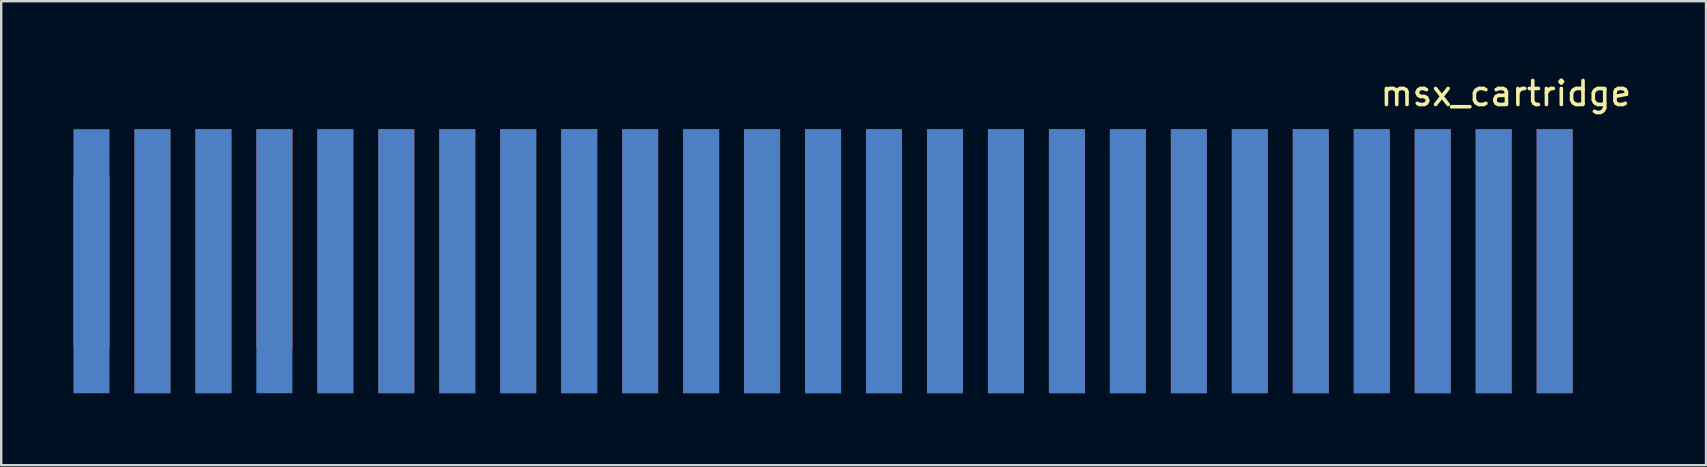
<source format=kicad_pcb>
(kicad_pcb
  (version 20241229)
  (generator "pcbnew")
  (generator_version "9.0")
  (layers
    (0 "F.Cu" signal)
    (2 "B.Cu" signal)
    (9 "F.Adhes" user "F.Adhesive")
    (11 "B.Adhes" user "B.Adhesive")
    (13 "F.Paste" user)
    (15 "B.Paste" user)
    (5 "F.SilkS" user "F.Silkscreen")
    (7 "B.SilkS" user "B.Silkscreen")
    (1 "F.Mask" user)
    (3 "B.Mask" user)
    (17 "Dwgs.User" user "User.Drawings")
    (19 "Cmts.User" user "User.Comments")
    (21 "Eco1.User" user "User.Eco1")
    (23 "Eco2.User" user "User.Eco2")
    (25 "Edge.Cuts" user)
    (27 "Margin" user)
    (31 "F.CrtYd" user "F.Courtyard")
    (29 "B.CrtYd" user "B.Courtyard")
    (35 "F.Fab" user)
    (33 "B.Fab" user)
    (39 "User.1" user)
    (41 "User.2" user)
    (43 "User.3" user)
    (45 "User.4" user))
  (footprint "msx_cartridge"
    (layer "F.Cu")
    (at 31.242 7.96)
    (property "Reference" "msx_cartridge" (at 28.448 -7.112 0) (layer "F.SilkS") (effects (font (size 1 1) (thickness 0.15))))
    (attr through_hole)
    (pad "1" connect rect (at 30.48 -0.127) (size 1.5 11) (layers "B.Cu" "B.Mask"))
    (pad "2" connect rect (at 30.48 -0.127) (size 1.5 11) (layers "F.Cu" "F.Mask"))
    (pad "3" connect rect (at 27.94 -0.127) (size 1.5 11) (layers "B.Cu" "B.Mask"))
    (pad "4" connect rect (at 27.94 -0.127) (size 1.5 11) (layers "F.Cu" "F.Mask"))
    (pad "5" connect rect (at 25.4 -0.127) (size 1.5 11) (layers "B.Cu" "B.Mask"))
    (pad "6" connect rect (at 25.4 -0.127) (size 1.5 11) (layers "F.Cu" "F.Mask"))
    (pad "7" connect rect (at 22.86 -0.127) (size 1.5 11) (layers "B.Cu" "B.Mask"))
    (pad "8" connect rect (at 22.86 -0.127) (size 1.5 11) (layers "F.Cu" "F.Mask"))
    (pad "9" connect rect (at 20.32 -0.127) (size 1.5 11) (layers "B.Cu" "B.Mask"))
    (pad "10" connect rect (at 20.32 -0.127) (size 1.5 11) (layers "F.Cu" "F.Mask"))
    (pad "11" connect rect (at 17.78 -0.127) (size 1.5 11) (layers "B.Cu" "B.Mask"))
    (pad "12" connect rect (at 17.78 -0.127) (size 1.5 11) (layers "F.Cu" "F.Mask"))
    (pad "13" connect rect (at 15.24 -0.127) (size 1.5 11) (layers "B.Cu" "B.Mask"))
    (pad "14" connect rect (at 15.24 -0.127) (size 1.5 11) (layers "F.Cu" "F.Mask"))
    (pad "15" connect rect (at 12.7 -0.127) (size 1.5 11) (layers "B.Cu" "B.Mask"))
    (pad "16" connect rect (at 12.7 -0.127) (size 1.5 11) (layers "F.Cu" "F.Mask"))
    (pad "17" connect rect (at 10.16 -0.127) (size 1.5 11) (layers "B.Cu" "B.Mask"))
    (pad "18" connect rect (at 10.16 -0.127) (size 1.5 11) (layers "F.Cu" "F.Mask"))
    (pad "19" connect rect (at 7.62 -0.127) (size 1.5 11) (layers "B.Cu" "B.Mask"))
    (pad "20" connect rect (at 7.62 -0.127) (size 1.5 11) (layers "F.Cu" "F.Mask"))
    (pad "21" connect rect (at 5.08 -0.127) (size 1.5 11) (layers "B.Cu" "B.Mask"))
    (pad "22" connect rect (at 5.08 -0.127) (size 1.5 11) (layers "F.Cu" "F.Mask"))
    (pad "23" connect rect (at 2.54 -0.127) (size 1.5 11) (layers "B.Cu" "B.Mask"))
    (pad "24" connect rect (at 2.54 -0.127) (size 1.5 11) (layers "F.Cu" "F.Mask"))
    (pad "25" connect rect (at 0 -0.127) (size 1.5 11) (layers "B.Cu" "B.Mask"))
    (pad "26" connect rect (at 0 -0.127) (size 1.5 11) (layers "F.Cu" "F.Mask"))
    (pad "27" connect rect (at -2.54 -0.127) (size 1.5 11) (layers "B.Cu" "B.Mask"))
    (pad "28" connect rect (at -2.54 -0.127) (size 1.5 11) (layers "F.Cu" "F.Mask"))
    (pad "29" connect rect (at -5.08 -0.127) (size 1.5 11) (layers "B.Cu" "B.Mask"))
    (pad "30" connect rect (at -5.08 -0.127) (size 1.5 11) (layers "F.Cu" "F.Mask"))
    (pad "31" connect rect (at -7.62 -0.127) (size 1.5 11) (layers "B.Cu" "B.Mask"))
    (pad "32" connect rect (at -7.62 -0.127) (size 1.5 11) (layers "F.Cu" "F.Mask"))
    (pad "33" connect rect (at -10.16 -0.127) (size 1.5 11) (layers "B.Cu" "B.Mask"))
    (pad "34" connect rect (at -10.16 -0.127) (size 1.5 11) (layers "F.Cu" "F.Mask"))
    (pad "35" connect rect (at -12.7 -0.127) (size 1.5 11) (layers "B.Cu" "B.Mask"))
    (pad "36" connect rect (at -12.7 -0.127) (size 1.5 11) (layers "F.Cu" "F.Mask"))
    (pad "37" connect rect (at -15.24 -0.127) (size 1.5 11) (layers "B.Cu" "B.Mask"))
    (pad "38" connect rect (at -15.24 -0.127) (size 1.5 11) (layers "F.Cu" "F.Mask"))
    (pad "39" connect rect (at -17.78 -0.127) (size 1.5 11) (layers "B.Cu" "B.Mask"))
    (pad "40" connect rect (at -17.78 -0.127) (size 1.5 11) (layers "F.Cu" "F.Mask"))
    (pad "41" connect rect (at -20.32 -0.127) (size 1.5 11) (layers "B.Cu" "B.Mask"))
    (pad "42" connect rect (at -20.32 -0.127) (size 1.5 11) (layers "F.Cu" "F.Mask"))
    (pad "43" connect rect (at -22.86 -0.127) (size 1.5 11) (layers "B.Cu" "B.Mask"))
    (pad "44" connect rect (at -22.855 -1.063) (size 1.51 9.127) (layers "F.Cu" "F.Mask"))
    (pad "45" connect rect (at -25.4 -0.127) (size 1.5 11) (layers "B.Cu" "B.Mask"))
    (pad "46" connect rect (at -25.4 -0.127) (size 1.5 11) (layers "F.Cu" "F.Mask"))
    (pad "47" connect rect (at -27.94 -0.127) (size 1.5 11) (layers "B.Cu" "B.Mask"))
    (pad "48" connect rect (at -27.94 -0.127) (size 1.5 11) (layers "F.Cu" "F.Mask"))
    (pad "49" connect rect (at -30.48 -0.127) (size 1.5 11) (layers "B.Cu" "B.Mask"))
    (pad "50" connect roundrect (at -30.48 -0.127) (size 1.524 7.62) (layers "F.Cu" "F.Mask") (roundrect_rratio 0.25)))
  (gr_rect
    (start -3 -3)
    (end 68.029 16.333)
    (stroke (width 0.1) (type default))
    (fill no)
    (layer "Edge.Cuts")))
</source>
